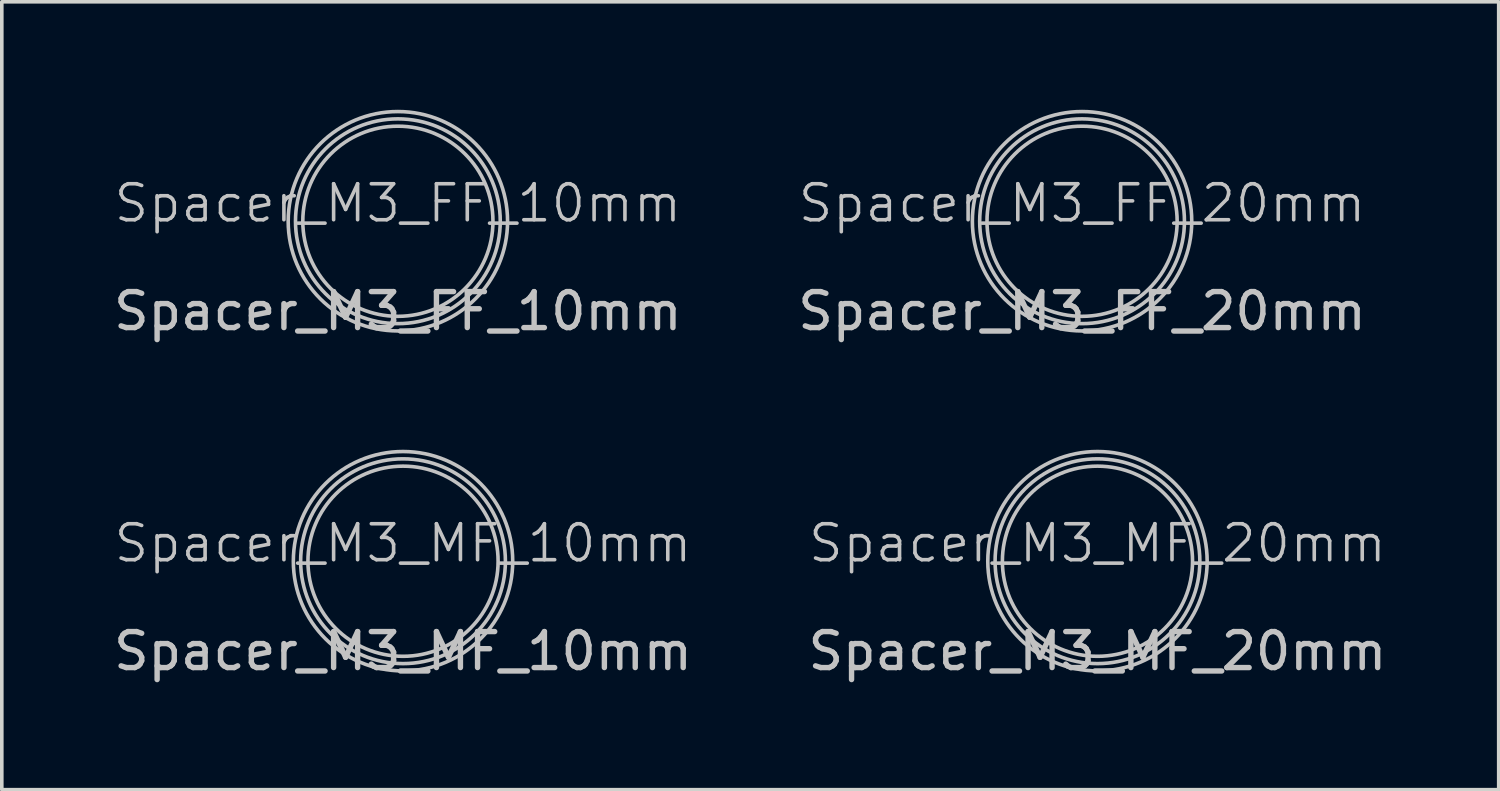
<source format=kicad_pcb>
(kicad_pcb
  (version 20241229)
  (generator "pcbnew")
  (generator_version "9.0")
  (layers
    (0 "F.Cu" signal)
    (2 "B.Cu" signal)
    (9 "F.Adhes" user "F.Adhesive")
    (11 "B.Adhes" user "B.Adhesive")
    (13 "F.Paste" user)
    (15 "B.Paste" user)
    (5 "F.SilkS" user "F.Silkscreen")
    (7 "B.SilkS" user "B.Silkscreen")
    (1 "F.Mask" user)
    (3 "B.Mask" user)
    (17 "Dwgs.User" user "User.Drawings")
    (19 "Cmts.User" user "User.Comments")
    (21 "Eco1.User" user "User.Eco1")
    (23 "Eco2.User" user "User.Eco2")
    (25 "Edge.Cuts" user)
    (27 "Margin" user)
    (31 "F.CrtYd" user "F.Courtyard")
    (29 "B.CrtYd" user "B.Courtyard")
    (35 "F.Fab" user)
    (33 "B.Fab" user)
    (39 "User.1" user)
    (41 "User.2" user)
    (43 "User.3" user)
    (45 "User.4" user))
  (footprint "Spacer_M3_MF_10mm"
    (layer "F.Cu")
    (at 8.149 12.545)
    (property "Reference" "Spacer_M3_MF_10mm" (at 0 -0.5 0) (unlocked yes) (layer "Dwgs.User") (effects (font (size 1 1) (thickness 0.1))))
    (fp_circle (center 0 0) (end 0 -2.845) (stroke (width 0.1) (type default)) (fill no) (layer "Dwgs.User"))
    (fp_circle (center 0 0) (end 0 -2.642) (stroke (width 0.1) (type default)) (fill no) (layer "Dwgs.User"))
    (fp_circle (center 0 0) (end 3.048 0) (stroke (width 0.1) (type default)) (fill no) (layer "Dwgs.User"))
    (fp_text user "${REFERENCE}" (at 0 2.5 0) (unlocked yes) (layer "Dwgs.User") (effects (font (size 1 1) (thickness 0.15)))))
  (footprint "Spacer_M3_FF_10mm"
    (layer "F.Cu")
    (at 8.006 3.098)
    (property "Reference" "Spacer_M3_FF_10mm" (at 0 -0.5 0) (unlocked yes) (layer "Dwgs.User") (effects (font (size 1 1) (thickness 0.1))))
    (fp_circle (center 0 0) (end 0 -2.845) (stroke (width 0.1) (type default)) (fill no) (layer "Dwgs.User"))
    (fp_circle (center 0 0) (end 0 -2.642) (stroke (width 0.1) (type default)) (fill no) (layer "Dwgs.User"))
    (fp_circle (center 0 0) (end 3.048 0) (stroke (width 0.1) (type default)) (fill no) (layer "Dwgs.User"))
    (fp_text user "${REFERENCE}" (at 0 2.5 0) (unlocked yes) (layer "Dwgs.User") (effects (font (size 1 1) (thickness 0.15)))))
  (footprint "Spacer_M3_FF_20mm"
    (layer "F.Cu")
    (at 27.018 3.098)
    (property "Reference" "Spacer_M3_FF_20mm" (at 0 -0.5 0) (unlocked yes) (layer "Dwgs.User") (effects (font (size 1 1) (thickness 0.1))))
    (fp_circle (center 0 0) (end 0 -2.845) (stroke (width 0.1) (type default)) (fill no) (layer "Dwgs.User"))
    (fp_circle (center 0 0) (end 0 -2.642) (stroke (width 0.1) (type default)) (fill no) (layer "Dwgs.User"))
    (fp_circle (center 0 0) (end 3.048 0) (stroke (width 0.1) (type default)) (fill no) (layer "Dwgs.User"))
    (fp_text user "${REFERENCE}" (at 0 2.5 0) (unlocked yes) (layer "Dwgs.User") (effects (font (size 1 1) (thickness 0.15)))))
  (footprint "Spacer_M3_MF_20mm"
    (layer "F.Cu")
    (at 27.446 12.545)
    (property "Reference" "Spacer_M3_MF_20mm" (at 0 -0.5 0) (unlocked yes) (layer "Dwgs.User") (effects (font (size 1 1) (thickness 0.1))))
    (fp_circle (center 0 0) (end 0 -2.845) (stroke (width 0.1) (type default)) (fill no) (layer "Dwgs.User"))
    (fp_circle (center 0 0) (end 0 -2.642) (stroke (width 0.1) (type default)) (fill no) (layer "Dwgs.User"))
    (fp_circle (center 0 0) (end 3.048 0) (stroke (width 0.1) (type default)) (fill no) (layer "Dwgs.User"))
    (fp_text user "${REFERENCE}" (at 0 2.5 0) (unlocked yes) (layer "Dwgs.User") (effects (font (size 1 1) (thickness 0.15)))))
  (gr_rect
    (start -3 -3)
    (end 38.595 18.893)
    (stroke (width 0.1) (type default))
    (fill no)
    (layer "Edge.Cuts")))
</source>
